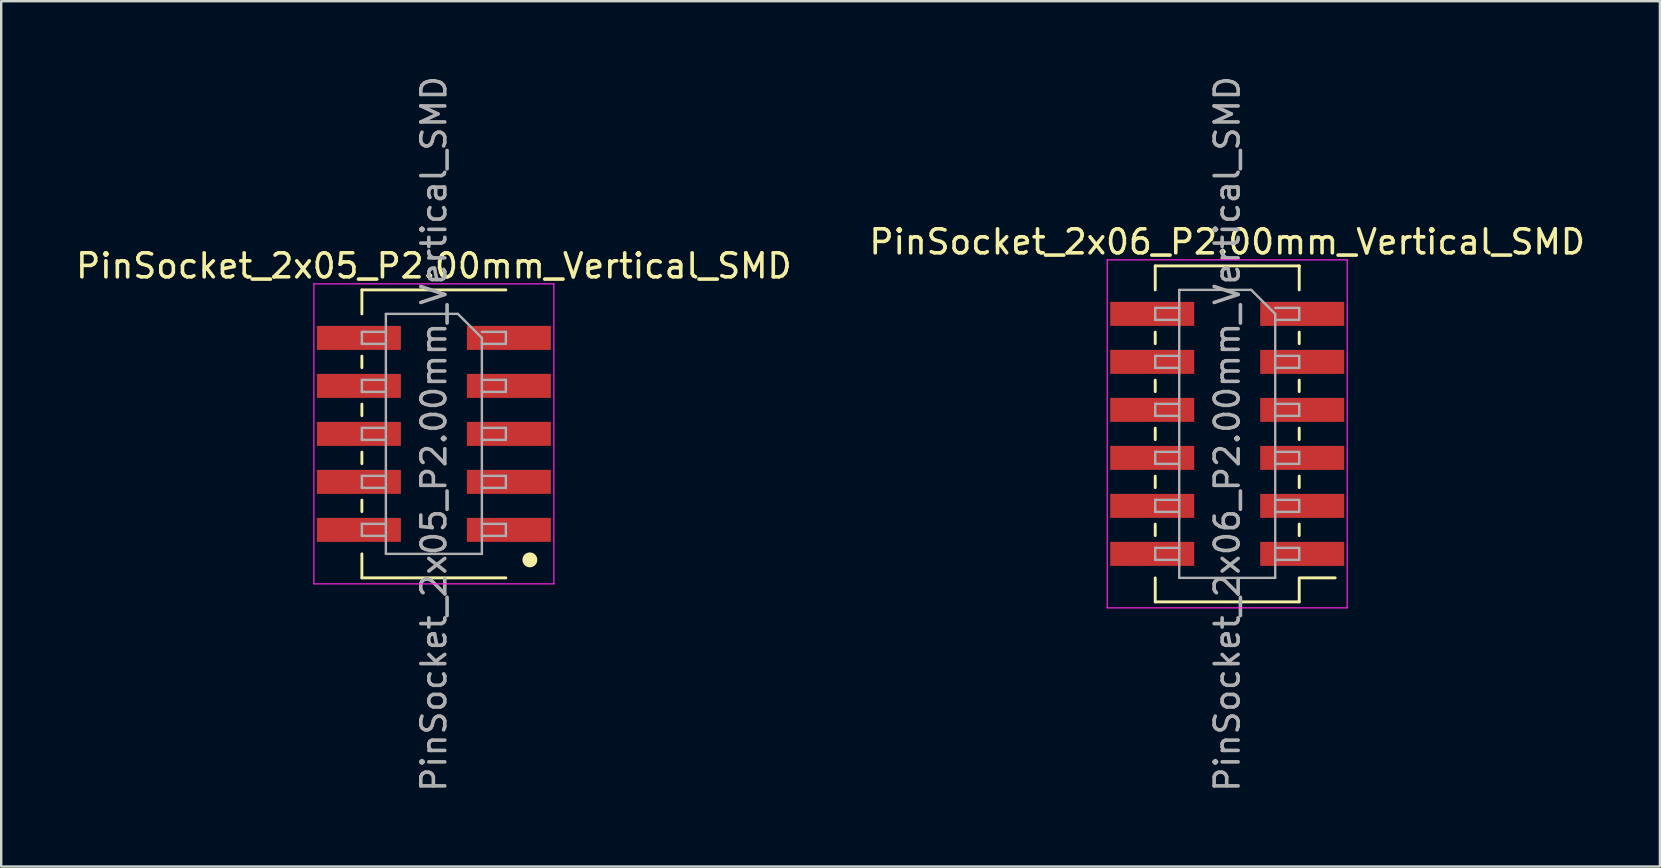
<source format=kicad_pcb>
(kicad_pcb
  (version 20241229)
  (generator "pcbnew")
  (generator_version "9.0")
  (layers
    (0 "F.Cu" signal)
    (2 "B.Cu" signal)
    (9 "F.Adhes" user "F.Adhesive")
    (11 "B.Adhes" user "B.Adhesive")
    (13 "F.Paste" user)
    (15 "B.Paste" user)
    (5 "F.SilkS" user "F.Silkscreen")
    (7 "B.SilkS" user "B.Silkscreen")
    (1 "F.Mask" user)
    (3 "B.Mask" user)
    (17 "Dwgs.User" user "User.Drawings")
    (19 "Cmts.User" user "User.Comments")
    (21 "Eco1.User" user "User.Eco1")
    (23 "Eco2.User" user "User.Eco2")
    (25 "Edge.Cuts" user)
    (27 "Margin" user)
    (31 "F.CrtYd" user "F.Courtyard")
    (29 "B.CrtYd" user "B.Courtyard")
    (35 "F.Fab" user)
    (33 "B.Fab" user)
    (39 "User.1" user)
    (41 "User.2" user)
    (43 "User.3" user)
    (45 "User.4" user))
  (footprint "PinSocket_2x05_P2.00mm_Vertical_SMD"
    (layer "F.Cu")
    (at 15.03 15.03)
    (property "Reference" "PinSocket_2x05_P2.00mm_Vertical_SMD" (at 0 -7 0) (layer "F.SilkS") (effects (font (size 1 1) (thickness 0.15))))
    (attr smd)
    (fp_line (start -3 -6) (end -3 -5) (stroke (width 0.12) (type default)) (layer "F.SilkS"))
    (fp_line (start -3 -3.24) (end -3 -2.76) (stroke (width 0.12) (type solid)) (layer "F.SilkS"))
    (fp_line (start -3 -1.24) (end -3 -0.76) (stroke (width 0.12) (type solid)) (layer "F.SilkS"))
    (fp_line (start -3 0.76) (end -3 1.24) (stroke (width 0.12) (type solid)) (layer "F.SilkS"))
    (fp_line (start -3 2.76) (end -3 3.24) (stroke (width 0.12) (type solid)) (layer "F.SilkS"))
    (fp_line (start -3 5) (end -3 6) (stroke (width 0.12) (type default)) (layer "F.SilkS"))
    (fp_line (start -3 6) (end 3 6) (stroke (width 0.12) (type default)) (layer "F.SilkS"))
    (fp_line (start 3 -6) (end -3 -6) (stroke (width 0.12) (type default)) (layer "F.SilkS"))
    (fp_circle (center 4 5.25) (end 4.25 5.25) (stroke (width 0.12) (type solid)) (fill yes) (layer "F.SilkS"))
    (fp_line (start -5 -6.25) (end 5 -6.25) (stroke (width 0.05) (type solid)) (layer "F.CrtYd"))
    (fp_line (start -5 6.25) (end -5 -6.25) (stroke (width 0.05) (type solid)) (layer "F.CrtYd"))
    (fp_line (start 5 -6.25) (end 5 6.25) (stroke (width 0.05) (type solid)) (layer "F.CrtYd"))
    (fp_line (start 5 6.25) (end -5 6.25) (stroke (width 0.05) (type solid)) (layer "F.CrtYd"))
    (fp_line (start -3 -4.25) (end -2 -4.25) (stroke (width 0.1) (type solid)) (layer "F.Fab"))
    (fp_line (start -3 -3.75) (end -3 -4.25) (stroke (width 0.1) (type solid)) (layer "F.Fab"))
    (fp_line (start -3 -2.25) (end -2 -2.25) (stroke (width 0.1) (type solid)) (layer "F.Fab"))
    (fp_line (start -3 -1.75) (end -3 -2.25) (stroke (width 0.1) (type solid)) (layer "F.Fab"))
    (fp_line (start -3 -0.25) (end -2 -0.25) (stroke (width 0.1) (type solid)) (layer "F.Fab"))
    (fp_line (start -3 0.25) (end -3 -0.25) (stroke (width 0.1) (type solid)) (layer "F.Fab"))
    (fp_line (start -3 1.75) (end -2 1.75) (stroke (width 0.1) (type solid)) (layer "F.Fab"))
    (fp_line (start -3 2.25) (end -3 1.75) (stroke (width 0.1) (type solid)) (layer "F.Fab"))
    (fp_line (start -3 3.75) (end -2 3.75) (stroke (width 0.1) (type solid)) (layer "F.Fab"))
    (fp_line (start -3 4.25) (end -3 3.75) (stroke (width 0.1) (type solid)) (layer "F.Fab"))
    (fp_line (start -2 -5) (end 1 -5) (stroke (width 0.1) (type solid)) (layer "F.Fab"))
    (fp_line (start -2 -3.75) (end -3 -3.75) (stroke (width 0.1) (type solid)) (layer "F.Fab"))
    (fp_line (start -2 -1.75) (end -3 -1.75) (stroke (width 0.1) (type solid)) (layer "F.Fab"))
    (fp_line (start -2 0.25) (end -3 0.25) (stroke (width 0.1) (type solid)) (layer "F.Fab"))
    (fp_line (start -2 2.25) (end -3 2.25) (stroke (width 0.1) (type solid)) (layer "F.Fab"))
    (fp_line (start -2 4.25) (end -3 4.25) (stroke (width 0.1) (type solid)) (layer "F.Fab"))
    (fp_line (start -2 5) (end -2 -5) (stroke (width 0.1) (type solid)) (layer "F.Fab"))
    (fp_line (start 1 -5) (end 2 -4) (stroke (width 0.1) (type solid)) (layer "F.Fab"))
    (fp_line (start 2 -4.25) (end 3 -4.25) (stroke (width 0.1) (type solid)) (layer "F.Fab"))
    (fp_line (start 2 -4) (end 2 5) (stroke (width 0.1) (type solid)) (layer "F.Fab"))
    (fp_line (start 2 -2.25) (end 3 -2.25) (stroke (width 0.1) (type solid)) (layer "F.Fab"))
    (fp_line (start 2 -0.25) (end 3 -0.25) (stroke (width 0.1) (type solid)) (layer "F.Fab"))
    (fp_line (start 2 1.75) (end 3 1.75) (stroke (width 0.1) (type solid)) (layer "F.Fab"))
    (fp_line (start 2 3.75) (end 3 3.75) (stroke (width 0.1) (type solid)) (layer "F.Fab"))
    (fp_line (start 2 5) (end -2 5) (stroke (width 0.1) (type solid)) (layer "F.Fab"))
    (fp_line (start 3 -4.25) (end 3 -3.75) (stroke (width 0.1) (type solid)) (layer "F.Fab"))
    (fp_line (start 3 -3.75) (end 2 -3.75) (stroke (width 0.1) (type solid)) (layer "F.Fab"))
    (fp_line (start 3 -2.25) (end 3 -1.75) (stroke (width 0.1) (type solid)) (layer "F.Fab"))
    (fp_line (start 3 -1.75) (end 2 -1.75) (stroke (width 0.1) (type solid)) (layer "F.Fab"))
    (fp_line (start 3 -0.25) (end 3 0.25) (stroke (width 0.1) (type solid)) (layer "F.Fab"))
    (fp_line (start 3 0.25) (end 2 0.25) (stroke (width 0.1) (type solid)) (layer "F.Fab"))
    (fp_line (start 3 1.75) (end 3 2.25) (stroke (width 0.1) (type solid)) (layer "F.Fab"))
    (fp_line (start 3 2.25) (end 2 2.25) (stroke (width 0.1) (type solid)) (layer "F.Fab"))
    (fp_line (start 3 3.75) (end 3 4.25) (stroke (width 0.1) (type solid)) (layer "F.Fab"))
    (fp_line (start 3 4.25) (end 2 4.25) (stroke (width 0.1) (type solid)) (layer "F.Fab"))
    (fp_text user "${REFERENCE}" (at 0 0 90) (layer "F.Fab") (effects (font (size 1 1) (thickness 0.15))))
    (pad "1" smd rect (at 3.125 4 180) (size 3.5 1) (layers "F.Cu" "F.Mask" "F.Paste"))
    (pad "2" smd rect (at -3.125 4 180) (size 3.5 1) (layers "F.Cu" "F.Mask" "F.Paste"))
    (pad "3" smd rect (at 3.125 2 180) (size 3.5 1) (layers "F.Cu" "F.Mask" "F.Paste"))
    (pad "4" smd rect (at -3.125 2 180) (size 3.5 1) (layers "F.Cu" "F.Mask" "F.Paste"))
    (pad "5" smd rect (at 3.125 0 180) (size 3.5 1) (layers "F.Cu" "F.Mask" "F.Paste"))
    (pad "6" smd rect (at -3.125 0 180) (size 3.5 1) (layers "F.Cu" "F.Mask" "F.Paste"))
    (pad "7" smd rect (at 3.125 -2 180) (size 3.5 1) (layers "F.Cu" "F.Mask" "F.Paste"))
    (pad "8" smd rect (at -3.125 -2 180) (size 3.5 1) (layers "F.Cu" "F.Mask" "F.Paste"))
    (pad "9" smd rect (at 3.125 -4 180) (size 3.5 1) (layers "F.Cu" "F.Mask" "F.Paste"))
    (pad "10" smd rect (at -3.125 -4 180) (size 3.5 1) (layers "F.Cu" "F.Mask" "F.Paste")))
  (footprint "PinSocket_2x06_P2.00mm_Vertical_SMD"
    (layer "F.Cu")
    (at 48.089 15.03)
    (property "Reference" "PinSocket_2x06_P2.00mm_Vertical_SMD" (at 0 -8 0) (layer "F.SilkS") (effects (font (size 1 1) (thickness 0.15))))
    (attr smd)
    (fp_line (start -3 -7) (end -3 -6) (stroke (width 0.12) (type default)) (layer "F.SilkS"))
    (fp_line (start -3 -4.24) (end -3 -3.76) (stroke (width 0.12) (type solid)) (layer "F.SilkS"))
    (fp_line (start -3 -2.24) (end -3 -1.76) (stroke (width 0.12) (type solid)) (layer "F.SilkS"))
    (fp_line (start -3 -0.24) (end -3 0.24) (stroke (width 0.12) (type solid)) (layer "F.SilkS"))
    (fp_line (start -3 1.76) (end -3 2.24) (stroke (width 0.12) (type solid)) (layer "F.SilkS"))
    (fp_line (start -3 3.76) (end -3 4.24) (stroke (width 0.12) (type solid)) (layer "F.SilkS"))
    (fp_line (start -3 6) (end -3 7) (stroke (width 0.12) (type default)) (layer "F.SilkS"))
    (fp_line (start -3 7) (end 3 7) (stroke (width 0.12) (type default)) (layer "F.SilkS"))
    (fp_line (start 3 -7) (end -3 -7) (stroke (width 0.12) (type default)) (layer "F.SilkS"))
    (fp_line (start 3 -6) (end 3 -7) (stroke (width 0.12) (type default)) (layer "F.SilkS"))
    (fp_line (start 3 -4.24) (end 3 -3.76) (stroke (width 0.12) (type solid)) (layer "F.SilkS"))
    (fp_line (start 3 -2.24) (end 3 -1.76) (stroke (width 0.12) (type solid)) (layer "F.SilkS"))
    (fp_line (start 3 -0.24) (end 3 0.24) (stroke (width 0.12) (type solid)) (layer "F.SilkS"))
    (fp_line (start 3 1.76) (end 3 2.24) (stroke (width 0.12) (type solid)) (layer "F.SilkS"))
    (fp_line (start 3 3.76) (end 3 4.24) (stroke (width 0.12) (type solid)) (layer "F.SilkS"))
    (fp_line (start 3 7) (end 3 6) (stroke (width 0.12) (type default)) (layer "F.SilkS"))
    (fp_line (start 3.06 6) (end 4.5 6) (stroke (width 0.12) (type solid)) (layer "F.SilkS"))
    (fp_line (start -5 -7.25) (end 5 -7.25) (stroke (width 0.05) (type solid)) (layer "F.CrtYd"))
    (fp_line (start -5 7.25) (end -5 -7.25) (stroke (width 0.05) (type solid)) (layer "F.CrtYd"))
    (fp_line (start 5 -7.25) (end 5 7.25) (stroke (width 0.05) (type solid)) (layer "F.CrtYd"))
    (fp_line (start 5 7.25) (end -5 7.25) (stroke (width 0.05) (type solid)) (layer "F.CrtYd"))
    (fp_line (start -3 -5.25) (end -2 -5.25) (stroke (width 0.1) (type solid)) (layer "F.Fab"))
    (fp_line (start -3 -4.75) (end -3 -5.25) (stroke (width 0.1) (type solid)) (layer "F.Fab"))
    (fp_line (start -3 -3.25) (end -2 -3.25) (stroke (width 0.1) (type solid)) (layer "F.Fab"))
    (fp_line (start -3 -2.75) (end -3 -3.25) (stroke (width 0.1) (type solid)) (layer "F.Fab"))
    (fp_line (start -3 -1.25) (end -2 -1.25) (stroke (width 0.1) (type solid)) (layer "F.Fab"))
    (fp_line (start -3 -0.75) (end -3 -1.25) (stroke (width 0.1) (type solid)) (layer "F.Fab"))
    (fp_line (start -3 0.75) (end -2 0.75) (stroke (width 0.1) (type solid)) (layer "F.Fab"))
    (fp_line (start -3 1.25) (end -3 0.75) (stroke (width 0.1) (type solid)) (layer "F.Fab"))
    (fp_line (start -3 2.75) (end -2 2.75) (stroke (width 0.1) (type solid)) (layer "F.Fab"))
    (fp_line (start -3 3.25) (end -3 2.75) (stroke (width 0.1) (type solid)) (layer "F.Fab"))
    (fp_line (start -3 4.75) (end -2 4.75) (stroke (width 0.1) (type solid)) (layer "F.Fab"))
    (fp_line (start -3 5.25) (end -3 4.75) (stroke (width 0.1) (type solid)) (layer "F.Fab"))
    (fp_line (start -2 -6) (end 1 -6) (stroke (width 0.1) (type solid)) (layer "F.Fab"))
    (fp_line (start -2 -4.75) (end -3 -4.75) (stroke (width 0.1) (type solid)) (layer "F.Fab"))
    (fp_line (start -2 -2.75) (end -3 -2.75) (stroke (width 0.1) (type solid)) (layer "F.Fab"))
    (fp_line (start -2 -0.75) (end -3 -0.75) (stroke (width 0.1) (type solid)) (layer "F.Fab"))
    (fp_line (start -2 1.25) (end -3 1.25) (stroke (width 0.1) (type solid)) (layer "F.Fab"))
    (fp_line (start -2 3.25) (end -3 3.25) (stroke (width 0.1) (type solid)) (layer "F.Fab"))
    (fp_line (start -2 5.25) (end -3 5.25) (stroke (width 0.1) (type solid)) (layer "F.Fab"))
    (fp_line (start -2 6) (end -2 -6) (stroke (width 0.1) (type solid)) (layer "F.Fab"))
    (fp_line (start 1 -6) (end 2 -5) (stroke (width 0.1) (type solid)) (layer "F.Fab"))
    (fp_line (start 2 -5.25) (end 3 -5.25) (stroke (width 0.1) (type solid)) (layer "F.Fab"))
    (fp_line (start 2 -5) (end 2 6) (stroke (width 0.1) (type solid)) (layer "F.Fab"))
    (fp_line (start 2 -3.25) (end 3 -3.25) (stroke (width 0.1) (type solid)) (layer "F.Fab"))
    (fp_line (start 2 -1.25) (end 3 -1.25) (stroke (width 0.1) (type solid)) (layer "F.Fab"))
    (fp_line (start 2 0.75) (end 3 0.75) (stroke (width 0.1) (type solid)) (layer "F.Fab"))
    (fp_line (start 2 2.75) (end 3 2.75) (stroke (width 0.1) (type solid)) (layer "F.Fab"))
    (fp_line (start 2 4.75) (end 3 4.75) (stroke (width 0.1) (type solid)) (layer "F.Fab"))
    (fp_line (start 2 6) (end -2 6) (stroke (width 0.1) (type solid)) (layer "F.Fab"))
    (fp_line (start 3 -5.25) (end 3 -4.75) (stroke (width 0.1) (type solid)) (layer "F.Fab"))
    (fp_line (start 3 -4.75) (end 2 -4.75) (stroke (width 0.1) (type solid)) (layer "F.Fab"))
    (fp_line (start 3 -3.25) (end 3 -2.75) (stroke (width 0.1) (type solid)) (layer "F.Fab"))
    (fp_line (start 3 -2.75) (end 2 -2.75) (stroke (width 0.1) (type solid)) (layer "F.Fab"))
    (fp_line (start 3 -1.25) (end 3 -0.75) (stroke (width 0.1) (type solid)) (layer "F.Fab"))
    (fp_line (start 3 -0.75) (end 2 -0.75) (stroke (width 0.1) (type solid)) (layer "F.Fab"))
    (fp_line (start 3 0.75) (end 3 1.25) (stroke (width 0.1) (type solid)) (layer "F.Fab"))
    (fp_line (start 3 1.25) (end 2 1.25) (stroke (width 0.1) (type solid)) (layer "F.Fab"))
    (fp_line (start 3 2.75) (end 3 3.25) (stroke (width 0.1) (type solid)) (layer "F.Fab"))
    (fp_line (start 3 3.25) (end 2 3.25) (stroke (width 0.1) (type solid)) (layer "F.Fab"))
    (fp_line (start 3 4.75) (end 3 5.25) (stroke (width 0.1) (type solid)) (layer "F.Fab"))
    (fp_line (start 3 5.25) (end 2 5.25) (stroke (width 0.1) (type solid)) (layer "F.Fab"))
    (fp_text user "${REFERENCE}" (at 0 0 90) (layer "F.Fab") (effects (font (size 1 1) (thickness 0.15))))
    (pad "1" smd rect (at 3.125 5 180) (size 3.5 1) (layers "F.Cu" "F.Mask" "F.Paste"))
    (pad "2" smd rect (at -3.125 5 180) (size 3.5 1) (layers "F.Cu" "F.Mask" "F.Paste"))
    (pad "3" smd rect (at 3.125 3 180) (size 3.5 1) (layers "F.Cu" "F.Mask" "F.Paste"))
    (pad "4" smd rect (at -3.125 3 180) (size 3.5 1) (layers "F.Cu" "F.Mask" "F.Paste"))
    (pad "5" smd rect (at 3.125 1 180) (size 3.5 1) (layers "F.Cu" "F.Mask" "F.Paste"))
    (pad "6" smd rect (at -3.125 1 180) (size 3.5 1) (layers "F.Cu" "F.Mask" "F.Paste"))
    (pad "7" smd rect (at 3.125 -1 180) (size 3.5 1) (layers "F.Cu" "F.Mask" "F.Paste"))
    (pad "8" smd rect (at -3.125 -1 180) (size 3.5 1) (layers "F.Cu" "F.Mask" "F.Paste"))
    (pad "9" smd rect (at 3.125 -3 180) (size 3.5 1) (layers "F.Cu" "F.Mask" "F.Paste"))
    (pad "10" smd rect (at -3.125 -3 180) (size 3.5 1) (layers "F.Cu" "F.Mask" "F.Paste"))
    (pad "11" smd rect (at 3.125 -5 180) (size 3.5 1) (layers "F.Cu" "F.Mask" "F.Paste"))
    (pad "12" smd rect (at -3.125 -5 180) (size 3.5 1) (layers "F.Cu" "F.Mask" "F.Paste")))
  (gr_rect
    (start -3 -3)
    (end 66.119 33.06)
    (stroke (width 0.1) (type default))
    (fill no)
    (layer "Edge.Cuts")))
</source>
